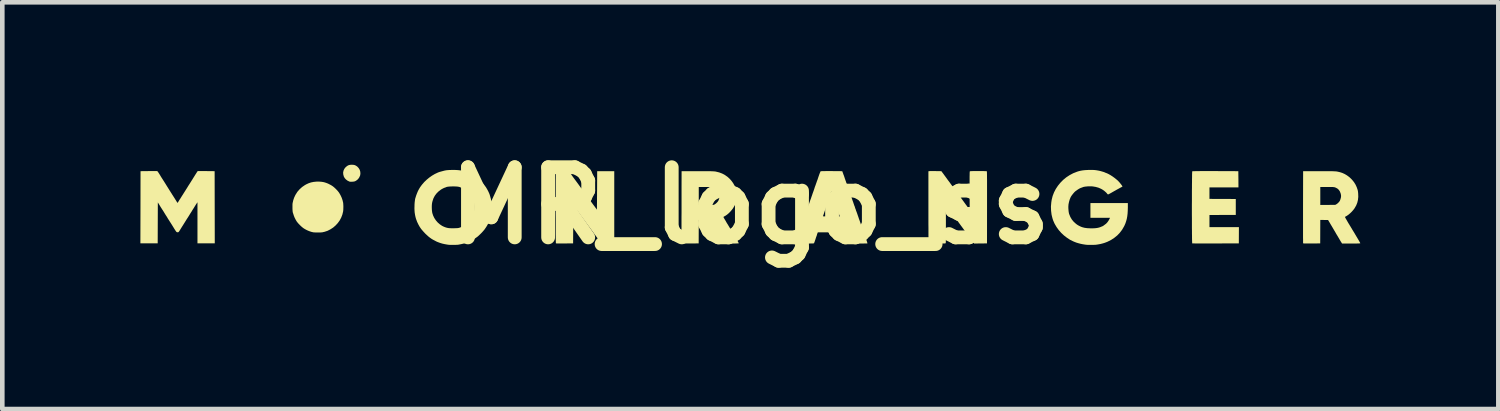
<source format=kicad_pcb>
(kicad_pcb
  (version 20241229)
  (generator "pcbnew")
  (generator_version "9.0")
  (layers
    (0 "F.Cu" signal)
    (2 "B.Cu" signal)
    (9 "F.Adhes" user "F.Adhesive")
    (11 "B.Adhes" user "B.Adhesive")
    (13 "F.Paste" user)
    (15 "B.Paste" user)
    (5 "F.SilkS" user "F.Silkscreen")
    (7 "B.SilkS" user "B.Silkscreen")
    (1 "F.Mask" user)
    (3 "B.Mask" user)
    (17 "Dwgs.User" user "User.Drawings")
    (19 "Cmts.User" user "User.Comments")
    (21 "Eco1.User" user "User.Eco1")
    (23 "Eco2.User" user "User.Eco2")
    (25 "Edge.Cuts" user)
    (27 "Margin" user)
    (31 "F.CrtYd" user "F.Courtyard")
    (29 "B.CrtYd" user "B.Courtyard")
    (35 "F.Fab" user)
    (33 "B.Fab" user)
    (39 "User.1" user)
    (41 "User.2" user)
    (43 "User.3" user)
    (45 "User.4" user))
  (footprint "MR_logo_ss"
    (layer "F.Cu")
    (at 13.249 1.418)
    (property "Reference" "MR_logo_ss" (at 0 0 0) (layer "F.SilkS") (effects (font (size 1.524 1.524) (thickness 0.3))))
    (attr board_only exclude_from_pos_files exclude_from_bom)
    (fp_poly (pts (xy -8.622 -0.887) (xy -8.595 -0.882) (xy -8.57 -0.871) (xy -8.544 -0.854) (xy -8.531 -0.843) (xy -8.505 -0.814) (xy -8.485 -0.78) (xy -8.473 -0.743) (xy -8.469 -0.703) (xy -8.473 -0.665) (xy -8.479 -0.646) (xy -8.499 -0.605) (xy -8.525 -0.572) (xy -8.559 -0.545) (xy -8.58 -0.533) (xy -8.596 -0.527) (xy -8.615 -0.523) (xy -8.639 -0.521) (xy -8.649 -0.52) (xy -8.67 -0.52) (xy -8.688 -0.52) (xy -8.7 -0.521) (xy -8.702 -0.521) (xy -8.747 -0.542) (xy -8.783 -0.569) (xy -8.811 -0.6) (xy -8.831 -0.637) (xy -8.831 -0.639) (xy -8.842 -0.681) (xy -8.844 -0.723) (xy -8.835 -0.763) (xy -8.818 -0.8) (xy -8.791 -0.834) (xy -8.765 -0.856) (xy -8.741 -0.872) (xy -8.717 -0.882) (xy -8.69 -0.887) (xy -8.657 -0.889) (xy -8.655 -0.889)) (stroke (width 0) (type solid)) (fill yes) (layer "F.SilkS"))
    (fp_poly (pts (xy 9.971 -0.751) (xy 10.054 -0.751) (xy 10.107 -0.751) (xy 10.604 -0.749) (xy 10.606 -0.573) (xy 10.607 -0.396) (xy 9.977 -0.396) (xy 9.977 -0.147) (xy 10.263 -0.146) (xy 10.549 -0.145) (xy 10.549 0.201) (xy 9.977 0.203) (xy 9.977 0.467) (xy 10.617 0.467) (xy 10.616 0.644) (xy 10.615 0.82) (xy 10.112 0.821) (xy 10.041 0.821) (xy 9.973 0.821) (xy 9.909 0.821) (xy 9.849 0.821) (xy 9.794 0.821) (xy 9.744 0.821) (xy 9.701 0.821) (xy 9.664 0.821) (xy 9.636 0.82) (xy 9.616 0.82) (xy 9.604 0.82) (xy 9.602 0.82) (xy 9.602 0.814) (xy 9.601 0.799) (xy 9.6 0.776) (xy 9.599 0.744) (xy 9.598 0.705) (xy 9.598 0.659) (xy 9.597 0.606) (xy 9.597 0.549) (xy 9.596 0.486) (xy 9.596 0.419) (xy 9.596 0.349) (xy 9.596 0.277) (xy 9.595 0.202) (xy 9.595 0.125) (xy 9.595 0.048) (xy 9.595 -0.029) (xy 9.596 -0.106) (xy 9.596 -0.181) (xy 9.596 -0.255) (xy 9.596 -0.326) (xy 9.597 -0.394) (xy 9.597 -0.457) (xy 9.598 -0.517) (xy 9.598 -0.57) (xy 9.599 -0.618) (xy 9.599 -0.66) (xy 9.6 -0.694) (xy 9.601 -0.72) (xy 9.602 -0.737) (xy 9.603 -0.746) (xy 9.603 -0.746) (xy 9.607 -0.747) (xy 9.618 -0.748) (xy 9.635 -0.749) (xy 9.659 -0.749) (xy 9.69 -0.75) (xy 9.73 -0.75) (xy 9.777 -0.751) (xy 9.832 -0.751) (xy 9.897 -0.751)) (stroke (width 0) (type solid)) (fill yes) (layer "F.SilkS"))
    (fp_poly (pts (xy -9.309 -0.518) (xy -9.262 -0.51) (xy -9.216 -0.496) (xy -9.19 -0.486) (xy -9.175 -0.48) (xy -9.16 -0.473) (xy -9.143 -0.464) (xy -9.121 -0.453) (xy -9.098 -0.44) (xy -9.069 -0.421) (xy -9.037 -0.395) (xy -9.004 -0.364) (xy -8.972 -0.331) (xy -8.944 -0.297) (xy -8.929 -0.276) (xy -8.901 -0.227) (xy -8.876 -0.173) (xy -8.857 -0.118) (xy -8.845 -0.066) (xy -8.844 -0.065) (xy -8.842 -0.041) (xy -8.84 -0.009) (xy -8.839 0.026) (xy -8.84 0.061) (xy -8.841 0.094) (xy -8.844 0.121) (xy -8.845 0.127) (xy -8.861 0.194) (xy -8.886 0.259) (xy -8.919 0.321) (xy -8.96 0.378) (xy -9.008 0.43) (xy -9.061 0.476) (xy -9.12 0.514) (xy -9.182 0.546) (xy -9.248 0.568) (xy -9.297 0.579) (xy -9.318 0.581) (xy -9.346 0.583) (xy -9.379 0.583) (xy -9.413 0.583) (xy -9.446 0.582) (xy -9.474 0.581) (xy -9.493 0.579) (xy -9.536 0.569) (xy -9.583 0.553) (xy -9.63 0.533) (xy -9.675 0.509) (xy -9.707 0.489) (xy -9.73 0.471) (xy -9.757 0.448) (xy -9.786 0.42) (xy -9.813 0.392) (xy -9.836 0.365) (xy -9.853 0.343) (xy -9.876 0.304) (xy -9.898 0.261) (xy -9.915 0.218) (xy -9.921 0.2) (xy -9.927 0.18) (xy -9.933 0.162) (xy -9.937 0.15) (xy -9.94 0.137) (xy -9.942 0.117) (xy -9.944 0.091) (xy -9.945 0.061) (xy -9.945 0.03) (xy -9.945 0.001) (xy -9.945 -0.025) (xy -9.943 -0.046) (xy -9.943 -0.051) (xy -9.929 -0.113) (xy -9.91 -0.171) (xy -9.882 -0.231) (xy -9.876 -0.241) (xy -9.838 -0.301) (xy -9.791 -0.355) (xy -9.737 -0.404) (xy -9.676 -0.446) (xy -9.644 -0.464) (xy -9.592 -0.488) (xy -9.54 -0.505) (xy -9.485 -0.516) (xy -9.424 -0.522) (xy -9.416 -0.522) (xy -9.359 -0.522)) (stroke (width 0) (type solid)) (fill yes) (layer "F.SilkS"))
    (fp_poly (pts (xy -3.92 -0.718) (xy -3.904 -0.697) (xy -3.888 -0.675) (xy -3.874 -0.656) (xy -3.873 -0.655) (xy -3.865 -0.643) (xy -3.855 -0.629) (xy -3.842 -0.611) (xy -3.825 -0.588) (xy -3.804 -0.56) (xy -3.779 -0.526) (xy -3.748 -0.484) (xy -3.74 -0.473) (xy -3.726 -0.454) (xy -3.712 -0.434) (xy -3.702 -0.421) (xy -3.695 -0.41) (xy -3.682 -0.393) (xy -3.665 -0.37) (xy -3.646 -0.344) (xy -3.625 -0.315) (xy -3.612 -0.297) (xy -3.591 -0.269) (xy -3.572 -0.243) (xy -3.555 -0.22) (xy -3.542 -0.202) (xy -3.533 -0.19) (xy -3.531 -0.186) (xy -3.524 -0.178) (xy -3.514 -0.163) (xy -3.501 -0.145) (xy -3.491 -0.132) (xy -3.475 -0.109) (xy -3.455 -0.082) (xy -3.435 -0.055) (xy -3.423 -0.038) (xy -3.405 -0.014) (xy -3.386 0.011) (xy -3.369 0.034) (xy -3.359 0.048) (xy -3.347 0.064) (xy -3.337 0.078) (xy -3.332 0.087) (xy -3.331 0.089) (xy -3.331 0.084) (xy -3.331 0.071) (xy -3.33 0.049) (xy -3.33 0.018) (xy -3.33 -0.019) (xy -3.329 -0.063) (xy -3.329 -0.113) (xy -3.329 -0.167) (xy -3.328 -0.226) (xy -3.328 -0.289) (xy -3.327 -0.328) (xy -3.325 -0.749) (xy -2.954 -0.749) (xy -2.954 0.82) (xy -3.092 0.822) (xy -3.23 0.823) (xy -3.243 0.807) (xy -3.251 0.797) (xy -3.26 0.785) (xy -3.271 0.771) (xy -3.284 0.753) (xy -3.301 0.73) (xy -3.322 0.702) (xy -3.348 0.667) (xy -3.365 0.643) (xy -3.389 0.611) (xy -3.416 0.573) (xy -3.446 0.532) (xy -3.476 0.491) (xy -3.505 0.451) (xy -3.523 0.428) (xy -3.554 0.385) (xy -3.579 0.35) (xy -3.6 0.321) (xy -3.617 0.298) (xy -3.631 0.28) (xy -3.641 0.265) (xy -3.65 0.253) (xy -3.657 0.243) (xy -3.659 0.241) (xy -3.667 0.23) (xy -3.68 0.212) (xy -3.696 0.189) (xy -3.715 0.163) (xy -3.736 0.135) (xy -3.757 0.107) (xy -3.777 0.079) (xy -3.795 0.055) (xy -3.81 0.034) (xy -3.821 0.02) (xy -3.823 0.017) (xy -3.843 -0.01) (xy -3.848 0.82) (xy -4.031 0.821) (xy -4.073 0.821) (xy -4.112 0.821) (xy -4.147 0.821) (xy -4.177 0.821) (xy -4.2 0.821) (xy -4.214 0.82) (xy -4.22 0.82) (xy -4.221 0.817) (xy -4.222 0.811) (xy -4.223 0.801) (xy -4.223 0.786) (xy -4.224 0.765) (xy -4.224 0.739) (xy -4.225 0.707) (xy -4.225 0.669) (xy -4.226 0.624) (xy -4.226 0.572) (xy -4.226 0.512) (xy -4.226 0.445) (xy -4.226 0.369) (xy -4.226 0.284) (xy -4.227 0.19) (xy -4.227 0.087) (xy -4.227 0.036) (xy -4.227 -0.069) (xy -4.227 -0.164) (xy -4.226 -0.25) (xy -4.226 -0.327) (xy -4.226 -0.396) (xy -4.226 -0.457) (xy -4.226 -0.51) (xy -4.226 -0.557) (xy -4.225 -0.597) (xy -4.225 -0.631) (xy -4.225 -0.66) (xy -4.224 -0.684) (xy -4.224 -0.703) (xy -4.223 -0.718) (xy -4.223 -0.73) (xy -4.222 -0.738) (xy -4.221 -0.744) (xy -4.22 -0.747) (xy -4.219 -0.749) (xy -4.219 -0.749) (xy -4.211 -0.75) (xy -4.196 -0.75) (xy -4.173 -0.751) (xy -4.144 -0.751) (xy -4.11 -0.752) (xy -4.079 -0.752) (xy -3.948 -0.752)) (stroke (width 0) (type solid)) (fill yes) (layer "F.SilkS"))
    (fp_poly (pts (xy -12.873 -0.74) (xy -12.865 -0.73) (xy -12.853 -0.712) (xy -12.837 -0.687) (xy -12.817 -0.655) (xy -12.813 -0.648) (xy -12.806 -0.636) (xy -12.795 -0.618) (xy -12.781 -0.596) (xy -12.765 -0.572) (xy -12.759 -0.561) (xy -12.74 -0.533) (xy -12.721 -0.502) (xy -12.702 -0.472) (xy -12.686 -0.446) (xy -12.684 -0.443) (xy -12.67 -0.42) (xy -12.656 -0.398) (xy -12.645 -0.38) (xy -12.638 -0.369) (xy -12.627 -0.352) (xy -12.615 -0.332) (xy -12.609 -0.323) (xy -12.597 -0.304) (xy -12.585 -0.284) (xy -12.579 -0.276) (xy -12.571 -0.263) (xy -12.559 -0.243) (xy -12.545 -0.222) (xy -12.535 -0.206) (xy -12.521 -0.184) (xy -12.507 -0.162) (xy -12.496 -0.145) (xy -12.491 -0.136) (xy -12.48 -0.119) (xy -12.468 -0.099) (xy -12.461 -0.088) (xy -12.452 -0.074) (xy -12.445 -0.064) (xy -12.442 -0.061) (xy -12.438 -0.065) (xy -12.43 -0.075) (xy -12.426 -0.083) (xy -12.418 -0.096) (xy -12.406 -0.116) (xy -12.393 -0.137) (xy -12.385 -0.148) (xy -12.37 -0.172) (xy -12.354 -0.198) (xy -12.339 -0.222) (xy -12.334 -0.229) (xy -12.32 -0.251) (xy -12.305 -0.276) (xy -12.291 -0.297) (xy -12.291 -0.298) (xy -12.279 -0.316) (xy -12.265 -0.339) (xy -12.249 -0.364) (xy -12.24 -0.378) (xy -12.224 -0.404) (xy -12.207 -0.432) (xy -12.19 -0.458) (xy -12.183 -0.469) (xy -12.171 -0.488) (xy -12.16 -0.506) (xy -12.151 -0.519) (xy -12.149 -0.523) (xy -12.144 -0.531) (xy -12.134 -0.547) (xy -12.121 -0.567) (xy -12.106 -0.592) (xy -12.089 -0.619) (xy -12.085 -0.625) (xy -12.068 -0.653) (xy -12.051 -0.68) (xy -12.036 -0.703) (xy -12.025 -0.721) (xy -12.017 -0.732) (xy -12.017 -0.733) (xy -12.003 -0.752) (xy -11.82 -0.751) (xy -11.636 -0.749) (xy -11.633 0.818) (xy -12.009 0.818) (xy -12.009 0.372) (xy -12.009 -0.073) (xy -12.021 -0.057) (xy -12.029 -0.044) (xy -12.041 -0.027) (xy -12.05 -0.012) (xy -12.061 0.005) (xy -12.075 0.028) (xy -12.091 0.054) (xy -12.108 0.08) (xy -12.124 0.106) (xy -12.137 0.128) (xy -12.147 0.144) (xy -12.149 0.146) (xy -12.157 0.159) (xy -12.168 0.176) (xy -12.177 0.191) (xy -12.187 0.208) (xy -12.201 0.23) (xy -12.216 0.254) (xy -12.225 0.268) (xy -12.239 0.289) (xy -12.252 0.31) (xy -12.262 0.326) (xy -12.267 0.334) (xy -12.274 0.345) (xy -12.285 0.363) (xy -12.299 0.385) (xy -12.314 0.409) (xy -12.317 0.414) (xy -12.332 0.438) (xy -12.347 0.461) (xy -12.359 0.481) (xy -12.368 0.495) (xy -12.369 0.497) (xy -12.387 0.526) (xy -12.4 0.547) (xy -12.41 0.562) (xy -12.418 0.571) (xy -12.424 0.576) (xy -12.431 0.578) (xy -12.438 0.578) (xy -12.442 0.578) (xy -12.451 0.577) (xy -12.458 0.575) (xy -12.465 0.571) (xy -12.472 0.562) (xy -12.482 0.549) (xy -12.494 0.53) (xy -12.511 0.504) (xy -12.531 0.471) (xy -12.552 0.437) (xy -12.573 0.403) (xy -12.593 0.372) (xy -12.611 0.344) (xy -12.625 0.322) (xy -12.635 0.306) (xy -12.647 0.288) (xy -12.658 0.27) (xy -12.664 0.259) (xy -12.672 0.246) (xy -12.683 0.228) (xy -12.696 0.209) (xy -12.698 0.206) (xy -12.71 0.186) (xy -12.721 0.168) (xy -12.73 0.154) (xy -12.731 0.152) (xy -12.737 0.141) (xy -12.748 0.124) (xy -12.761 0.103) (xy -12.774 0.084) (xy -12.791 0.057) (xy -12.811 0.026) (xy -12.829 -0.004) (xy -12.838 -0.019) (xy -12.87 -0.071) (xy -12.873 0.818) (xy -13.249 0.818) (xy -13.247 0.034) (xy -13.246 -0.749) (xy -13.065 -0.751) (xy -12.883 -0.752)) (stroke (width 0) (type solid)) (fill yes) (layer "F.SilkS"))
    (fp_poly (pts (xy 12.36 -0.749) (xy 12.429 -0.749) (xy 12.488 -0.749) (xy 12.54 -0.749) (xy 12.583 -0.749) (xy 12.62 -0.748) (xy 12.65 -0.748) (xy 12.675 -0.747) (xy 12.696 -0.746) (xy 12.713 -0.745) (xy 12.727 -0.744) (xy 12.739 -0.743) (xy 12.749 -0.741) (xy 12.756 -0.74) (xy 12.813 -0.727) (xy 12.863 -0.711) (xy 12.911 -0.689) (xy 12.958 -0.662) (xy 12.97 -0.654) (xy 13.023 -0.614) (xy 13.071 -0.567) (xy 13.114 -0.515) (xy 13.149 -0.46) (xy 13.176 -0.402) (xy 13.186 -0.373) (xy 13.194 -0.35) (xy 13.199 -0.332) (xy 13.202 -0.317) (xy 13.204 -0.302) (xy 13.206 -0.283) (xy 13.208 -0.261) (xy 13.21 -0.19) (xy 13.203 -0.124) (xy 13.188 -0.062) (xy 13.164 -0.003) (xy 13.131 0.054) (xy 13.126 0.062) (xy 13.099 0.097) (xy 13.068 0.132) (xy 13.034 0.165) (xy 13 0.194) (xy 12.969 0.216) (xy 12.96 0.222) (xy 12.94 0.233) (xy 12.928 0.24) (xy 12.922 0.244) (xy 12.921 0.245) (xy 12.922 0.25) (xy 12.929 0.262) (xy 12.938 0.28) (xy 12.951 0.302) (xy 12.965 0.327) (xy 12.98 0.353) (xy 12.995 0.379) (xy 13.01 0.403) (xy 13.023 0.424) (xy 13.024 0.427) (xy 13.034 0.443) (xy 13.046 0.462) (xy 13.057 0.481) (xy 13.068 0.498) (xy 13.076 0.512) (xy 13.08 0.52) (xy 13.081 0.522) (xy 13.084 0.527) (xy 13.09 0.536) (xy 13.091 0.537) (xy 13.096 0.546) (xy 13.106 0.562) (xy 13.119 0.583) (xy 13.134 0.608) (xy 13.15 0.636) (xy 13.153 0.64) (xy 13.169 0.668) (xy 13.184 0.692) (xy 13.196 0.713) (xy 13.205 0.729) (xy 13.21 0.737) (xy 13.211 0.737) (xy 13.228 0.768) (xy 13.242 0.792) (xy 13.25 0.808) (xy 13.254 0.817) (xy 13.254 0.817) (xy 13.25 0.819) (xy 13.238 0.82) (xy 13.219 0.821) (xy 13.19 0.822) (xy 13.153 0.823) (xy 13.106 0.823) (xy 13.056 0.823) (xy 12.858 0.823) (xy 12.845 0.802) (xy 12.834 0.786) (xy 12.825 0.77) (xy 12.822 0.765) (xy 12.808 0.742) (xy 12.794 0.717) (xy 12.78 0.694) (xy 12.768 0.674) (xy 12.76 0.659) (xy 12.756 0.653) (xy 12.75 0.644) (xy 12.741 0.629) (xy 12.729 0.609) (xy 12.716 0.586) (xy 12.715 0.584) (xy 12.702 0.561) (xy 12.689 0.54) (xy 12.679 0.522) (xy 12.672 0.511) (xy 12.672 0.511) (xy 12.665 0.499) (xy 12.655 0.481) (xy 12.642 0.46) (xy 12.636 0.449) (xy 12.62 0.423) (xy 12.603 0.394) (xy 12.587 0.366) (xy 12.582 0.358) (xy 12.554 0.312) (xy 12.385 0.31) (xy 12.383 0.82) (xy 12.198 0.822) (xy 12.148 0.822) (xy 12.107 0.822) (xy 12.075 0.822) (xy 12.05 0.821) (xy 12.032 0.821) (xy 12.02 0.82) (xy 12.014 0.818) (xy 12.011 0.817) (xy 12.011 0.811) (xy 12.011 0.796) (xy 12.011 0.771) (xy 12.011 0.738) (xy 12.01 0.698) (xy 12.01 0.649) (xy 12.01 0.594) (xy 12.01 0.533) (xy 12.01 0.466) (xy 12.01 0.394) (xy 12.01 0.317) (xy 12.01 0.236) (xy 12.01 0.152) (xy 12.01 0.065) (xy 12.01 0.03) (xy 12.011 -0.406) (xy 12.385 -0.406) (xy 12.385 -0.015) (xy 12.549 -0.016) (xy 12.713 -0.018) (xy 12.737 -0.032) (xy 12.753 -0.043) (xy 12.771 -0.059) (xy 12.786 -0.074) (xy 12.801 -0.092) (xy 12.811 -0.108) (xy 12.819 -0.129) (xy 12.824 -0.144) (xy 12.833 -0.176) (xy 12.836 -0.203) (xy 12.835 -0.229) (xy 12.829 -0.258) (xy 12.825 -0.272) (xy 12.808 -0.313) (xy 12.784 -0.347) (xy 12.753 -0.374) (xy 12.715 -0.393) (xy 12.706 -0.397) (xy 12.696 -0.399) (xy 12.686 -0.402) (xy 12.674 -0.403) (xy 12.658 -0.405) (xy 12.637 -0.405) (xy 12.61 -0.406) (xy 12.576 -0.406) (xy 12.533 -0.406) (xy 12.531 -0.406) (xy 12.385 -0.406) (xy 12.011 -0.406) (xy 12.012 -0.749)) (stroke (width 0) (type solid)) (fill yes) (layer "F.SilkS"))
    (fp_poly (pts (xy -1.143 -0.749) (xy -1.074 -0.749) (xy -1.014 -0.749) (xy -0.963 -0.749) (xy -0.92 -0.749) (xy -0.883 -0.748) (xy -0.853 -0.748) (xy -0.828 -0.747) (xy -0.807 -0.746) (xy -0.79 -0.745) (xy -0.776 -0.744) (xy -0.764 -0.743) (xy -0.753 -0.741) (xy -0.747 -0.74) (xy -0.674 -0.722) (xy -0.608 -0.697) (xy -0.547 -0.664) (xy -0.49 -0.623) (xy -0.45 -0.587) (xy -0.407 -0.539) (xy -0.371 -0.489) (xy -0.341 -0.435) (xy -0.317 -0.374) (xy -0.302 -0.327) (xy -0.299 -0.309) (xy -0.296 -0.285) (xy -0.295 -0.256) (xy -0.294 -0.224) (xy -0.293 -0.194) (xy -0.294 -0.167) (xy -0.295 -0.158) (xy -0.304 -0.101) (xy -0.319 -0.049) (xy -0.341 0.002) (xy -0.371 0.053) (xy -0.376 0.061) (xy -0.405 0.098) (xy -0.437 0.135) (xy -0.472 0.169) (xy -0.507 0.198) (xy -0.54 0.22) (xy -0.543 0.222) (xy -0.558 0.23) (xy -0.571 0.237) (xy -0.572 0.238) (xy -0.58 0.244) (xy -0.581 0.251) (xy -0.578 0.256) (xy -0.573 0.265) (xy -0.564 0.282) (xy -0.551 0.303) (xy -0.536 0.328) (xy -0.521 0.355) (xy -0.506 0.381) (xy -0.491 0.404) (xy -0.479 0.424) (xy -0.471 0.438) (xy -0.47 0.439) (xy -0.458 0.459) (xy -0.445 0.481) (xy -0.439 0.49) (xy -0.43 0.506) (xy -0.422 0.519) (xy -0.419 0.524) (xy -0.414 0.533) (xy -0.406 0.547) (xy -0.396 0.564) (xy -0.395 0.565) (xy -0.383 0.584) (xy -0.372 0.604) (xy -0.363 0.617) (xy -0.355 0.632) (xy -0.343 0.651) (xy -0.331 0.671) (xy -0.33 0.673) (xy -0.319 0.693) (xy -0.307 0.713) (xy -0.298 0.728) (xy -0.297 0.729) (xy -0.28 0.758) (xy -0.266 0.782) (xy -0.256 0.801) (xy -0.25 0.813) (xy -0.249 0.817) (xy -0.253 0.819) (xy -0.264 0.82) (xy -0.284 0.821) (xy -0.312 0.822) (xy -0.35 0.823) (xy -0.397 0.823) (xy -0.447 0.823) (xy -0.645 0.823) (xy -0.658 0.802) (xy -0.668 0.786) (xy -0.678 0.77) (xy -0.68 0.765) (xy -0.694 0.742) (xy -0.709 0.717) (xy -0.722 0.694) (xy -0.734 0.674) (xy -0.743 0.659) (xy -0.747 0.653) (xy -0.752 0.644) (xy -0.761 0.629) (xy -0.773 0.609) (xy -0.786 0.586) (xy -0.787 0.584) (xy -0.801 0.561) (xy -0.814 0.54) (xy -0.824 0.522) (xy -0.83 0.511) (xy -0.831 0.511) (xy -0.838 0.498) (xy -0.849 0.48) (xy -0.86 0.461) (xy -0.862 0.457) (xy -0.873 0.438) (xy -0.882 0.423) (xy -0.888 0.413) (xy -0.889 0.411) (xy -0.894 0.404) (xy -0.902 0.39) (xy -0.913 0.372) (xy -0.921 0.358) (xy -0.948 0.312) (xy -1.118 0.31) (xy -1.12 0.82) (xy -1.304 0.822) (xy -1.355 0.822) (xy -1.396 0.822) (xy -1.428 0.822) (xy -1.453 0.821) (xy -1.471 0.821) (xy -1.482 0.82) (xy -1.489 0.818) (xy -1.491 0.817) (xy -1.491 0.811) (xy -1.492 0.796) (xy -1.492 0.771) (xy -1.492 0.738) (xy -1.492 0.698) (xy -1.492 0.649) (xy -1.492 0.594) (xy -1.493 0.533) (xy -1.493 0.466) (xy -1.493 0.394) (xy -1.493 0.317) (xy -1.493 0.236) (xy -1.492 0.152) (xy -1.492 0.065) (xy -1.492 0.03) (xy -1.492 -0.406) (xy -1.118 -0.406) (xy -1.118 -0.015) (xy -0.954 -0.016) (xy -0.79 -0.018) (xy -0.766 -0.032) (xy -0.75 -0.043) (xy -0.732 -0.059) (xy -0.717 -0.074) (xy -0.702 -0.092) (xy -0.692 -0.108) (xy -0.683 -0.129) (xy -0.678 -0.144) (xy -0.67 -0.176) (xy -0.666 -0.203) (xy -0.668 -0.229) (xy -0.674 -0.258) (xy -0.678 -0.272) (xy -0.695 -0.313) (xy -0.719 -0.347) (xy -0.75 -0.374) (xy -0.788 -0.393) (xy -0.797 -0.397) (xy -0.806 -0.399) (xy -0.817 -0.402) (xy -0.829 -0.403) (xy -0.845 -0.405) (xy -0.866 -0.405) (xy -0.893 -0.406) (xy -0.927 -0.406) (xy -0.97 -0.406) (xy -0.972 -0.406) (xy -1.118 -0.406) (xy -1.492 -0.406) (xy -1.491 -0.749)) (stroke (width 0) (type solid)) (fill yes) (layer "F.SilkS"))
    (fp_poly (pts (xy 4.955 -0.752) (xy 4.997 -0.752) (xy 5.035 -0.751) (xy 5.07 -0.751) (xy 5.098 -0.75) (xy 5.121 -0.749) (xy 5.135 -0.748) (xy 5.14 -0.748) (xy 5.141 -0.745) (xy 5.141 -0.739) (xy 5.142 -0.728) (xy 5.143 -0.713) (xy 5.143 -0.693) (xy 5.144 -0.667) (xy 5.144 -0.636) (xy 5.144 -0.598) (xy 5.145 -0.553) (xy 5.145 -0.501) (xy 5.145 -0.442) (xy 5.145 -0.374) (xy 5.145 -0.299) (xy 5.145 -0.215) (xy 5.145 -0.121) (xy 5.145 -0.018) (xy 5.145 0.038) (xy 5.144 0.82) (xy 4.864 0.823) (xy 4.803 0.741) (xy 4.784 0.715) (xy 4.766 0.691) (xy 4.751 0.671) (xy 4.74 0.655) (xy 4.734 0.646) (xy 4.733 0.646) (xy 4.726 0.634) (xy 4.714 0.619) (xy 4.705 0.607) (xy 4.695 0.593) (xy 4.681 0.573) (xy 4.664 0.55) (xy 4.646 0.526) (xy 4.641 0.519) (xy 4.622 0.493) (xy 4.603 0.467) (xy 4.586 0.444) (xy 4.572 0.425) (xy 4.569 0.422) (xy 4.56 0.408) (xy 4.545 0.388) (xy 4.526 0.362) (xy 4.505 0.333) (xy 4.482 0.302) (xy 4.459 0.271) (xy 4.433 0.235) (xy 4.405 0.197) (xy 4.378 0.159) (xy 4.351 0.123) (xy 4.328 0.091) (xy 4.315 0.074) (xy 4.297 0.049) (xy 4.281 0.026) (xy 4.267 0.008) (xy 4.258 -0.005) (xy 4.253 -0.011) (xy 4.253 -0.011) (xy 4.252 -0.007) (xy 4.252 0.007) (xy 4.251 0.029) (xy 4.251 0.06) (xy 4.251 0.097) (xy 4.251 0.141) (xy 4.251 0.191) (xy 4.251 0.246) (xy 4.251 0.305) (xy 4.251 0.367) (xy 4.251 0.397) (xy 4.251 0.477) (xy 4.251 0.548) (xy 4.251 0.609) (xy 4.251 0.662) (xy 4.251 0.706) (xy 4.25 0.742) (xy 4.25 0.77) (xy 4.249 0.791) (xy 4.248 0.806) (xy 4.247 0.814) (xy 4.246 0.816) (xy 4.243 0.818) (xy 4.236 0.819) (xy 4.225 0.821) (xy 4.208 0.822) (xy 4.185 0.822) (xy 4.154 0.823) (xy 4.116 0.823) (xy 4.068 0.823) (xy 4.059 0.823) (xy 4.017 0.823) (xy 3.978 0.823) (xy 3.944 0.822) (xy 3.915 0.822) (xy 3.893 0.821) (xy 3.879 0.82) (xy 3.874 0.82) (xy 3.874 0.814) (xy 3.874 0.799) (xy 3.873 0.775) (xy 3.873 0.743) (xy 3.873 0.702) (xy 3.872 0.654) (xy 3.872 0.599) (xy 3.872 0.538) (xy 3.872 0.472) (xy 3.871 0.4) (xy 3.871 0.323) (xy 3.871 0.242) (xy 3.871 0.158) (xy 3.871 0.071) (xy 3.871 0.035) (xy 3.871 -0.747) (xy 3.882 -0.749) (xy 3.89 -0.75) (xy 3.907 -0.751) (xy 3.931 -0.751) (xy 3.961 -0.751) (xy 3.994 -0.751) (xy 4.023 -0.751) (xy 4.153 -0.749) (xy 4.183 -0.708) (xy 4.197 -0.69) (xy 4.214 -0.666) (xy 4.235 -0.638) (xy 4.255 -0.61) (xy 4.27 -0.59) (xy 4.291 -0.56) (xy 4.317 -0.526) (xy 4.344 -0.489) (xy 4.37 -0.453) (xy 4.39 -0.426) (xy 4.41 -0.398) (xy 4.43 -0.371) (xy 4.448 -0.347) (xy 4.462 -0.328) (xy 4.471 -0.314) (xy 4.473 -0.312) (xy 4.484 -0.297) (xy 4.499 -0.277) (xy 4.515 -0.255) (xy 4.525 -0.241) (xy 4.543 -0.217) (xy 4.563 -0.189) (xy 4.582 -0.164) (xy 4.59 -0.153) (xy 4.606 -0.131) (xy 4.622 -0.109) (xy 4.636 -0.09) (xy 4.641 -0.084) (xy 4.651 -0.069) (xy 4.666 -0.049) (xy 4.683 -0.025) (xy 4.701 -0.001) (xy 4.704 0.003) (xy 4.72 0.025) (xy 4.735 0.046) (xy 4.748 0.062) (xy 4.756 0.073) (xy 4.757 0.075) (xy 4.768 0.087) (xy 4.766 -0.325) (xy 4.766 -0.406) (xy 4.766 -0.477) (xy 4.766 -0.539) (xy 4.766 -0.591) (xy 4.766 -0.635) (xy 4.767 -0.671) (xy 4.767 -0.7) (xy 4.768 -0.721) (xy 4.769 -0.735) (xy 4.77 -0.743) (xy 4.771 -0.745) (xy 4.774 -0.747) (xy 4.781 -0.748) (xy 4.793 -0.75) (xy 4.81 -0.75) (xy 4.833 -0.751) (xy 4.864 -0.751) (xy 4.903 -0.752) (xy 4.952 -0.752)) (stroke (width 0) (type solid)) (fill yes) (layer "F.SilkS"))
    (fp_poly (pts (xy 7.436 -0.776) (xy 7.469 -0.775) (xy 7.499 -0.772) (xy 7.529 -0.768) (xy 7.561 -0.762) (xy 7.574 -0.76) (xy 7.595 -0.755) (xy 7.619 -0.749) (xy 7.643 -0.742) (xy 7.667 -0.735) (xy 7.686 -0.729) (xy 7.7 -0.724) (xy 7.704 -0.721) (xy 7.712 -0.717) (xy 7.722 -0.714) (xy 7.753 -0.702) (xy 7.79 -0.684) (xy 7.83 -0.661) (xy 7.872 -0.634) (xy 7.912 -0.605) (xy 7.95 -0.575) (xy 7.984 -0.546) (xy 7.991 -0.539) (xy 8.008 -0.521) (xy 8.026 -0.501) (xy 8.043 -0.48) (xy 8.059 -0.46) (xy 8.072 -0.442) (xy 8.082 -0.427) (xy 8.087 -0.418) (xy 8.087 -0.415) (xy 8.081 -0.412) (xy 8.075 -0.408) (xy 8.061 -0.4) (xy 8.054 -0.397) (xy 8.047 -0.393) (xy 8.032 -0.385) (xy 8.011 -0.373) (xy 7.985 -0.359) (xy 7.956 -0.343) (xy 7.932 -0.329) (xy 7.901 -0.312) (xy 7.873 -0.296) (xy 7.849 -0.282) (xy 7.83 -0.271) (xy 7.817 -0.265) (xy 7.813 -0.262) (xy 7.803 -0.257) (xy 7.793 -0.251) (xy 7.779 -0.245) (xy 7.768 -0.246) (xy 7.757 -0.256) (xy 7.751 -0.264) (xy 7.736 -0.282) (xy 7.713 -0.303) (xy 7.687 -0.325) (xy 7.658 -0.345) (xy 7.629 -0.362) (xy 7.626 -0.364) (xy 7.567 -0.39) (xy 7.502 -0.408) (xy 7.433 -0.419) (xy 7.361 -0.42) (xy 7.342 -0.42) (xy 7.31 -0.417) (xy 7.28 -0.414) (xy 7.256 -0.41) (xy 7.237 -0.406) (xy 7.227 -0.402) (xy 7.226 -0.402) (xy 7.218 -0.398) (xy 7.206 -0.394) (xy 7.178 -0.384) (xy 7.145 -0.368) (xy 7.109 -0.345) (xy 7.072 -0.318) (xy 7.062 -0.311) (xy 7.043 -0.293) (xy 7.022 -0.269) (xy 7 -0.242) (xy 6.98 -0.215) (xy 6.964 -0.189) (xy 6.96 -0.181) (xy 6.941 -0.135) (xy 6.926 -0.083) (xy 6.915 -0.03) (xy 6.911 0.023) (xy 6.912 0.067) (xy 6.915 0.1) (xy 6.917 0.125) (xy 6.92 0.144) (xy 6.923 0.159) (xy 6.926 0.173) (xy 6.93 0.185) (xy 6.955 0.246) (xy 6.986 0.299) (xy 7.025 0.347) (xy 7.072 0.39) (xy 7.072 0.39) (xy 7.095 0.408) (xy 7.116 0.422) (xy 7.139 0.435) (xy 7.167 0.449) (xy 7.186 0.458) (xy 7.223 0.471) (xy 7.268 0.482) (xy 7.322 0.489) (xy 7.381 0.492) (xy 7.407 0.493) (xy 7.454 0.492) (xy 7.493 0.49) (xy 7.527 0.486) (xy 7.556 0.481) (xy 7.582 0.474) (xy 7.599 0.469) (xy 7.618 0.461) (xy 7.638 0.453) (xy 7.655 0.446) (xy 7.667 0.44) (xy 7.671 0.437) (xy 7.676 0.433) (xy 7.687 0.425) (xy 7.698 0.417) (xy 7.732 0.391) (xy 7.76 0.361) (xy 7.785 0.325) (xy 7.804 0.291) (xy 7.817 0.264) (xy 7.391 0.264) (xy 7.391 -0.056) (xy 8.204 -0.056) (xy 8.204 0.037) (xy 8.202 0.11) (xy 8.198 0.175) (xy 8.191 0.233) (xy 8.181 0.287) (xy 8.167 0.338) (xy 8.15 0.388) (xy 8.128 0.438) (xy 8.12 0.453) (xy 8.08 0.522) (xy 8.031 0.587) (xy 7.975 0.646) (xy 7.911 0.698) (xy 7.841 0.744) (xy 7.766 0.782) (xy 7.729 0.797) (xy 7.69 0.811) (xy 7.652 0.822) (xy 7.613 0.832) (xy 7.571 0.84) (xy 7.521 0.848) (xy 7.518 0.848) (xy 7.502 0.85) (xy 7.477 0.851) (xy 7.447 0.852) (xy 7.414 0.852) (xy 7.381 0.852) (xy 7.348 0.852) (xy 7.32 0.851) (xy 7.298 0.849) (xy 7.287 0.848) (xy 7.229 0.839) (xy 7.179 0.829) (xy 7.133 0.817) (xy 7.089 0.804) (xy 7.045 0.787) (xy 7.019 0.776) (xy 6.949 0.742) (xy 6.882 0.698) (xy 6.817 0.648) (xy 6.757 0.592) (xy 6.703 0.531) (xy 6.656 0.466) (xy 6.617 0.4) (xy 6.605 0.376) (xy 6.595 0.352) (xy 6.587 0.335) (xy 6.582 0.323) (xy 6.578 0.311) (xy 6.574 0.299) (xy 6.569 0.283) (xy 6.568 0.282) (xy 6.547 0.197) (xy 6.536 0.109) (xy 6.533 0.019) (xy 6.541 -0.073) (xy 6.55 -0.13) (xy 6.57 -0.21) (xy 6.6 -0.288) (xy 6.638 -0.362) (xy 6.685 -0.433) (xy 6.739 -0.499) (xy 6.799 -0.56) (xy 6.866 -0.615) (xy 6.939 -0.663) (xy 7.016 -0.704) (xy 7.098 -0.736) (xy 7.099 -0.737) (xy 7.142 -0.75) (xy 7.185 -0.76) (xy 7.228 -0.767) (xy 7.276 -0.772) (xy 7.33 -0.775) (xy 7.353 -0.776) (xy 7.398 -0.776)) (stroke (width 0) (type solid)) (fill yes) (layer "F.SilkS"))
    (fp_poly (pts (xy -6.357 -0.773) (xy -6.302 -0.767) (xy -6.25 -0.757) (xy -6.198 -0.743) (xy -6.146 -0.725) (xy -6.129 -0.719) (xy -6.053 -0.684) (xy -5.98 -0.64) (xy -5.911 -0.588) (xy -5.847 -0.529) (xy -5.789 -0.464) (xy -5.742 -0.401) (xy -5.726 -0.374) (xy -5.707 -0.341) (xy -5.688 -0.304) (xy -5.671 -0.266) (xy -5.669 -0.262) (xy -5.662 -0.243) (xy -5.654 -0.217) (xy -5.645 -0.186) (xy -5.637 -0.153) (xy -5.63 -0.12) (xy -5.629 -0.112) (xy -5.622 -0.063) (xy -5.618 -0.008) (xy -5.617 0.05) (xy -5.619 0.107) (xy -5.625 0.16) (xy -5.628 0.183) (xy -5.634 0.21) (xy -5.64 0.239) (xy -5.648 0.267) (xy -5.655 0.293) (xy -5.661 0.314) (xy -5.667 0.328) (xy -5.669 0.333) (xy -5.673 0.341) (xy -5.678 0.354) (xy -5.679 0.356) (xy -5.688 0.379) (xy -5.703 0.408) (xy -5.721 0.44) (xy -5.742 0.473) (xy -5.764 0.505) (xy -5.779 0.526) (xy -5.794 0.543) (xy -5.813 0.565) (xy -5.835 0.589) (xy -5.859 0.613) (xy -5.882 0.635) (xy -5.902 0.654) (xy -5.918 0.668) (xy -5.921 0.671) (xy -5.95 0.692) (xy -5.973 0.708) (xy -5.994 0.722) (xy -6.016 0.735) (xy -6.035 0.746) (xy -6.059 0.76) (xy -6.077 0.769) (xy -6.089 0.776) (xy -6.1 0.781) (xy -6.109 0.785) (xy -6.12 0.789) (xy -6.132 0.794) (xy -6.168 0.807) (xy -6.202 0.818) (xy -6.239 0.827) (xy -6.279 0.836) (xy -6.326 0.845) (xy -6.347 0.849) (xy -6.363 0.85) (xy -6.386 0.851) (xy -6.415 0.852) (xy -6.447 0.852) (xy -6.48 0.852) (xy -6.511 0.852) (xy -6.538 0.851) (xy -6.559 0.849) (xy -6.568 0.848) (xy -6.633 0.837) (xy -6.687 0.825) (xy -6.731 0.812) (xy -6.765 0.8) (xy -6.777 0.795) (xy -6.784 0.793) (xy -6.785 0.792) (xy -6.792 0.79) (xy -6.806 0.784) (xy -6.825 0.775) (xy -6.847 0.763) (xy -6.87 0.751) (xy -6.891 0.74) (xy -6.91 0.729) (xy -6.923 0.721) (xy -6.929 0.717) (xy -6.934 0.713) (xy -6.946 0.705) (xy -6.961 0.694) (xy -6.962 0.693) (xy -6.976 0.683) (xy -6.995 0.667) (xy -7.017 0.647) (xy -7.041 0.625) (xy -7.062 0.605) (xy -7.108 0.555) (xy -7.148 0.508) (xy -7.181 0.46) (xy -7.21 0.408) (xy -7.233 0.36) (xy -7.24 0.345) (xy -7.243 0.335) (xy -7.244 0.333) (xy -7.246 0.326) (xy -7.251 0.315) (xy -7.251 0.313) (xy -7.259 0.293) (xy -7.267 0.266) (xy -7.275 0.234) (xy -7.282 0.2) (xy -7.287 0.168) (xy -7.29 0.15) (xy -7.293 0.109) (xy -7.295 0.064) (xy -7.295 0.05) (xy -6.918 0.05) (xy -6.916 0.095) (xy -6.911 0.137) (xy -6.907 0.16) (xy -6.889 0.215) (xy -6.863 0.269) (xy -6.829 0.32) (xy -6.789 0.366) (xy -6.743 0.406) (xy -6.694 0.439) (xy -6.668 0.452) (xy -6.637 0.465) (xy -6.609 0.475) (xy -6.582 0.482) (xy -6.555 0.487) (xy -6.524 0.49) (xy -6.487 0.491) (xy -6.443 0.491) (xy -6.441 0.491) (xy -6.407 0.49) (xy -6.381 0.489) (xy -6.361 0.488) (xy -6.345 0.486) (xy -6.33 0.483) (xy -6.316 0.479) (xy -6.308 0.476) (xy -6.253 0.455) (xy -6.204 0.43) (xy -6.161 0.399) (xy -6.13 0.371) (xy -6.086 0.324) (xy -6.052 0.275) (xy -6.026 0.222) (xy -6.008 0.164) (xy -5.998 0.101) (xy -5.995 0.037) (xy -5.995 0.01) (xy -5.997 -0.017) (xy -5.999 -0.044) (xy -6.002 -0.068) (xy -6.006 -0.087) (xy -6.009 -0.098) (xy -6.01 -0.099) (xy -6.013 -0.107) (xy -6.017 -0.119) (xy -6.028 -0.153) (xy -6.046 -0.19) (xy -6.07 -0.228) (xy -6.097 -0.264) (xy -6.124 -0.292) (xy -6.155 -0.32) (xy -6.189 -0.345) (xy -6.224 -0.367) (xy -6.257 -0.384) (xy -6.287 -0.394) (xy -6.299 -0.398) (xy -6.307 -0.402) (xy -6.319 -0.407) (xy -6.34 -0.411) (xy -6.367 -0.415) (xy -6.399 -0.417) (xy -6.434 -0.418) (xy -6.47 -0.418) (xy -6.505 -0.417) (xy -6.538 -0.415) (xy -6.567 -0.412) (xy -6.59 -0.408) (xy -6.604 -0.403) (xy -6.607 -0.402) (xy -6.615 -0.398) (xy -6.627 -0.394) (xy -6.647 -0.387) (xy -6.671 -0.376) (xy -6.697 -0.362) (xy -6.721 -0.348) (xy -6.723 -0.346) (xy -6.776 -0.305) (xy -6.819 -0.261) (xy -6.854 -0.213) (xy -6.882 -0.16) (xy -6.902 -0.1) (xy -6.909 -0.073) (xy -6.915 -0.038) (xy -6.918 0.004) (xy -6.918 0.05) (xy -7.295 0.05) (xy -7.294 0.017) (xy -7.293 -0.029) (xy -7.29 -0.073) (xy -7.285 -0.113) (xy -7.28 -0.147) (xy -7.275 -0.164) (xy -7.257 -0.222) (xy -7.238 -0.272) (xy -7.219 -0.317) (xy -7.198 -0.357) (xy -7.175 -0.396) (xy -7.147 -0.435) (xy -7.128 -0.46) (xy -7.083 -0.512) (xy -7.031 -0.562) (xy -6.973 -0.61) (xy -6.913 -0.652) (xy -6.852 -0.688) (xy -6.82 -0.703) (xy -6.795 -0.715) (xy -6.776 -0.723) (xy -6.76 -0.729) (xy -6.744 -0.734) (xy -6.725 -0.739) (xy -6.711 -0.743) (xy -6.674 -0.753) (xy -6.644 -0.761) (xy -6.619 -0.766) (xy -6.595 -0.77) (xy -6.571 -0.772) (xy -6.544 -0.774) (xy -6.51 -0.775) (xy -6.485 -0.776) (xy -6.417 -0.776)) (stroke (width 0) (type solid)) (fill yes) (layer "F.SilkS"))
    (fp_poly (pts (xy 1.729 -0.751) (xy 1.768 -0.751) (xy 1.999 -0.749) (xy 2.014 -0.709) (xy 2.021 -0.689) (xy 2.027 -0.671) (xy 2.032 -0.66) (xy 2.033 -0.658) (xy 2.037 -0.647) (xy 2.042 -0.631) (xy 2.044 -0.625) (xy 2.049 -0.611) (xy 2.055 -0.591) (xy 2.064 -0.566) (xy 2.073 -0.54) (xy 2.075 -0.536) (xy 2.085 -0.505) (xy 2.097 -0.472) (xy 2.108 -0.441) (xy 2.116 -0.417) (xy 2.124 -0.394) (xy 2.131 -0.374) (xy 2.136 -0.359) (xy 2.139 -0.353) (xy 2.142 -0.344) (xy 2.148 -0.328) (xy 2.155 -0.308) (xy 2.159 -0.295) (xy 2.166 -0.273) (xy 2.173 -0.254) (xy 2.178 -0.241) (xy 2.18 -0.236) (xy 2.184 -0.225) (xy 2.19 -0.209) (xy 2.192 -0.203) (xy 2.196 -0.19) (xy 2.203 -0.169) (xy 2.212 -0.145) (xy 2.221 -0.118) (xy 2.222 -0.114) (xy 2.232 -0.088) (xy 2.241 -0.062) (xy 2.248 -0.04) (xy 2.254 -0.024) (xy 2.254 -0.023) (xy 2.259 -0.007) (xy 2.264 0.004) (xy 2.266 0.008) (xy 2.269 0.015) (xy 2.273 0.029) (xy 2.276 0.038) (xy 2.281 0.056) (xy 2.287 0.071) (xy 2.289 0.076) (xy 2.294 0.088) (xy 2.296 0.096) (xy 2.298 0.105) (xy 2.303 0.118) (xy 2.304 0.119) (xy 2.308 0.13) (xy 2.315 0.148) (xy 2.323 0.171) (xy 2.329 0.188) (xy 2.338 0.215) (xy 2.349 0.246) (xy 2.36 0.28) (xy 2.37 0.307) (xy 2.38 0.334) (xy 2.388 0.359) (xy 2.396 0.38) (xy 2.4 0.395) (xy 2.401 0.396) (xy 2.406 0.412) (xy 2.411 0.426) (xy 2.413 0.429) (xy 2.416 0.438) (xy 2.422 0.454) (xy 2.429 0.475) (xy 2.433 0.488) (xy 2.441 0.509) (xy 2.447 0.528) (xy 2.452 0.542) (xy 2.454 0.546) (xy 2.458 0.557) (xy 2.464 0.573) (xy 2.466 0.579) (xy 2.47 0.592) (xy 2.476 0.611) (xy 2.484 0.634) (xy 2.493 0.66) (xy 2.501 0.685) (xy 2.509 0.707) (xy 2.515 0.723) (xy 2.518 0.732) (xy 2.527 0.755) (xy 2.535 0.778) (xy 2.541 0.797) (xy 2.545 0.812) (xy 2.546 0.82) (xy 2.546 0.82) (xy 2.541 0.821) (xy 2.526 0.821) (xy 2.504 0.822) (xy 2.474 0.822) (xy 2.439 0.823) (xy 2.399 0.823) (xy 2.356 0.823) (xy 2.344 0.823) (xy 2.145 0.823) (xy 2.138 0.812) (xy 2.132 0.799) (xy 2.126 0.783) (xy 2.124 0.777) (xy 2.119 0.761) (xy 2.115 0.748) (xy 2.113 0.744) (xy 2.11 0.736) (xy 2.105 0.72) (xy 2.098 0.698) (xy 2.089 0.672) (xy 2.084 0.657) (xy 2.06 0.579) (xy 1.765 0.579) (xy 1.469 0.579) (xy 1.462 0.596) (xy 1.455 0.613) (xy 1.45 0.63) (xy 1.447 0.644) (xy 1.443 0.655) (xy 1.442 0.655) (xy 1.44 0.663) (xy 1.434 0.678) (xy 1.427 0.699) (xy 1.419 0.724) (xy 1.415 0.737) (xy 1.406 0.763) (xy 1.398 0.786) (xy 1.391 0.803) (xy 1.387 0.814) (xy 1.386 0.817) (xy 1.382 0.818) (xy 1.373 0.82) (xy 1.359 0.821) (xy 1.339 0.822) (xy 1.311 0.822) (xy 1.275 0.823) (xy 1.231 0.823) (xy 1.18 0.823) (xy 0.979 0.823) (xy 0.983 0.804) (xy 0.987 0.786) (xy 0.993 0.77) (xy 0.993 0.77) (xy 0.997 0.758) (xy 1.004 0.74) (xy 1.012 0.718) (xy 1.016 0.706) (xy 1.024 0.684) (xy 1.031 0.663) (xy 1.037 0.647) (xy 1.039 0.642) (xy 1.044 0.629) (xy 1.046 0.62) (xy 1.046 0.62) (xy 1.048 0.611) (xy 1.053 0.599) (xy 1.054 0.598) (xy 1.058 0.586) (xy 1.065 0.568) (xy 1.073 0.546) (xy 1.079 0.528) (xy 1.088 0.502) (xy 1.099 0.47) (xy 1.111 0.437) (xy 1.121 0.409) (xy 1.13 0.382) (xy 1.139 0.357) (xy 1.146 0.336) (xy 1.151 0.321) (xy 1.151 0.32) (xy 1.156 0.304) (xy 1.161 0.29) (xy 1.163 0.287) (xy 1.166 0.278) (xy 1.172 0.262) (xy 1.179 0.242) (xy 1.183 0.231) (xy 1.58 0.231) (xy 1.585 0.231) (xy 1.599 0.232) (xy 1.62 0.233) (xy 1.649 0.233) (xy 1.683 0.233) (xy 1.722 0.234) (xy 1.762 0.234) (xy 1.945 0.234) (xy 1.933 0.197) (xy 1.921 0.16) (xy 1.91 0.124) (xy 1.9 0.093) (xy 1.891 0.067) (xy 1.885 0.047) (xy 1.88 0.035) (xy 1.88 0.033) (xy 1.875 0.022) (xy 1.87 0.006) (xy 1.869 0.003) (xy 1.865 -0.013) (xy 1.86 -0.026) (xy 1.859 -0.028) (xy 1.857 -0.035) (xy 1.852 -0.051) (xy 1.844 -0.074) (xy 1.835 -0.102) (xy 1.824 -0.135) (xy 1.812 -0.17) (xy 1.81 -0.176) (xy 1.799 -0.211) (xy 1.788 -0.243) (xy 1.779 -0.27) (xy 1.771 -0.292) (xy 1.765 -0.306) (xy 1.762 -0.312) (xy 1.762 -0.312) (xy 1.759 -0.307) (xy 1.754 -0.293) (xy 1.748 -0.274) (xy 1.74 -0.252) (xy 1.74 -0.25) (xy 1.732 -0.226) (xy 1.724 -0.203) (xy 1.718 -0.185) (xy 1.714 -0.175) (xy 1.709 -0.159) (xy 1.704 -0.142) (xy 1.701 -0.128) (xy 1.697 -0.117) (xy 1.696 -0.117) (xy 1.694 -0.11) (xy 1.689 -0.095) (xy 1.681 -0.073) (xy 1.672 -0.045) (xy 1.661 -0.012) (xy 1.649 0.025) (xy 1.643 0.043) (xy 1.631 0.081) (xy 1.619 0.117) (xy 1.608 0.149) (xy 1.599 0.176) (xy 1.592 0.196) (xy 1.588 0.209) (xy 1.587 0.212) (xy 1.582 0.223) (xy 1.58 0.23) (xy 1.58 0.231) (xy 1.183 0.231) (xy 1.184 0.229) (xy 1.191 0.207) (xy 1.198 0.188) (xy 1.203 0.175) (xy 1.204 0.17) (xy 1.208 0.161) (xy 1.213 0.145) (xy 1.221 0.124) (xy 1.23 0.099) (xy 1.238 0.073) (xy 1.247 0.049) (xy 1.254 0.028) (xy 1.258 0.015) (xy 1.263 -0.001) (xy 1.268 -0.014) (xy 1.27 -0.018) (xy 1.273 -0.027) (xy 1.279 -0.043) (xy 1.286 -0.063) (xy 1.29 -0.076) (xy 1.298 -0.098) (xy 1.304 -0.117) (xy 1.309 -0.13) (xy 1.311 -0.135) (xy 1.315 -0.146) (xy 1.321 -0.161) (xy 1.323 -0.168) (xy 1.327 -0.181) (xy 1.334 -0.201) (xy 1.343 -0.226) (xy 1.352 -0.253) (xy 1.353 -0.257) (xy 1.364 -0.287) (xy 1.376 -0.32) (xy 1.387 -0.352) (xy 1.395 -0.376) (xy 1.402 -0.399) (xy 1.409 -0.419) (xy 1.415 -0.433) (xy 1.417 -0.439) (xy 1.42 -0.448) (xy 1.426 -0.465) (xy 1.433 -0.485) (xy 1.438 -0.498) (xy 1.445 -0.52) (xy 1.452 -0.538) (xy 1.457 -0.552) (xy 1.458 -0.556) (xy 1.463 -0.567) (xy 1.468 -0.583) (xy 1.47 -0.589) (xy 1.48 -0.62) (xy 1.491 -0.651) (xy 1.501 -0.68) (xy 1.511 -0.706) (xy 1.52 -0.727) (xy 1.526 -0.741) (xy 1.53 -0.747) (xy 1.53 -0.748) (xy 1.536 -0.748) (xy 1.552 -0.749) (xy 1.575 -0.75) (xy 1.606 -0.75) (xy 1.642 -0.751) (xy 1.684 -0.751)) (stroke (width 0) (type solid)) (fill yes) (layer "F.SilkS")))
  (gr_rect
    (start -3 -3)
    (end 29.502 5.836)
    (stroke (width 0.1) (type default))
    (fill no)
    (layer "Edge.Cuts")))
</source>
